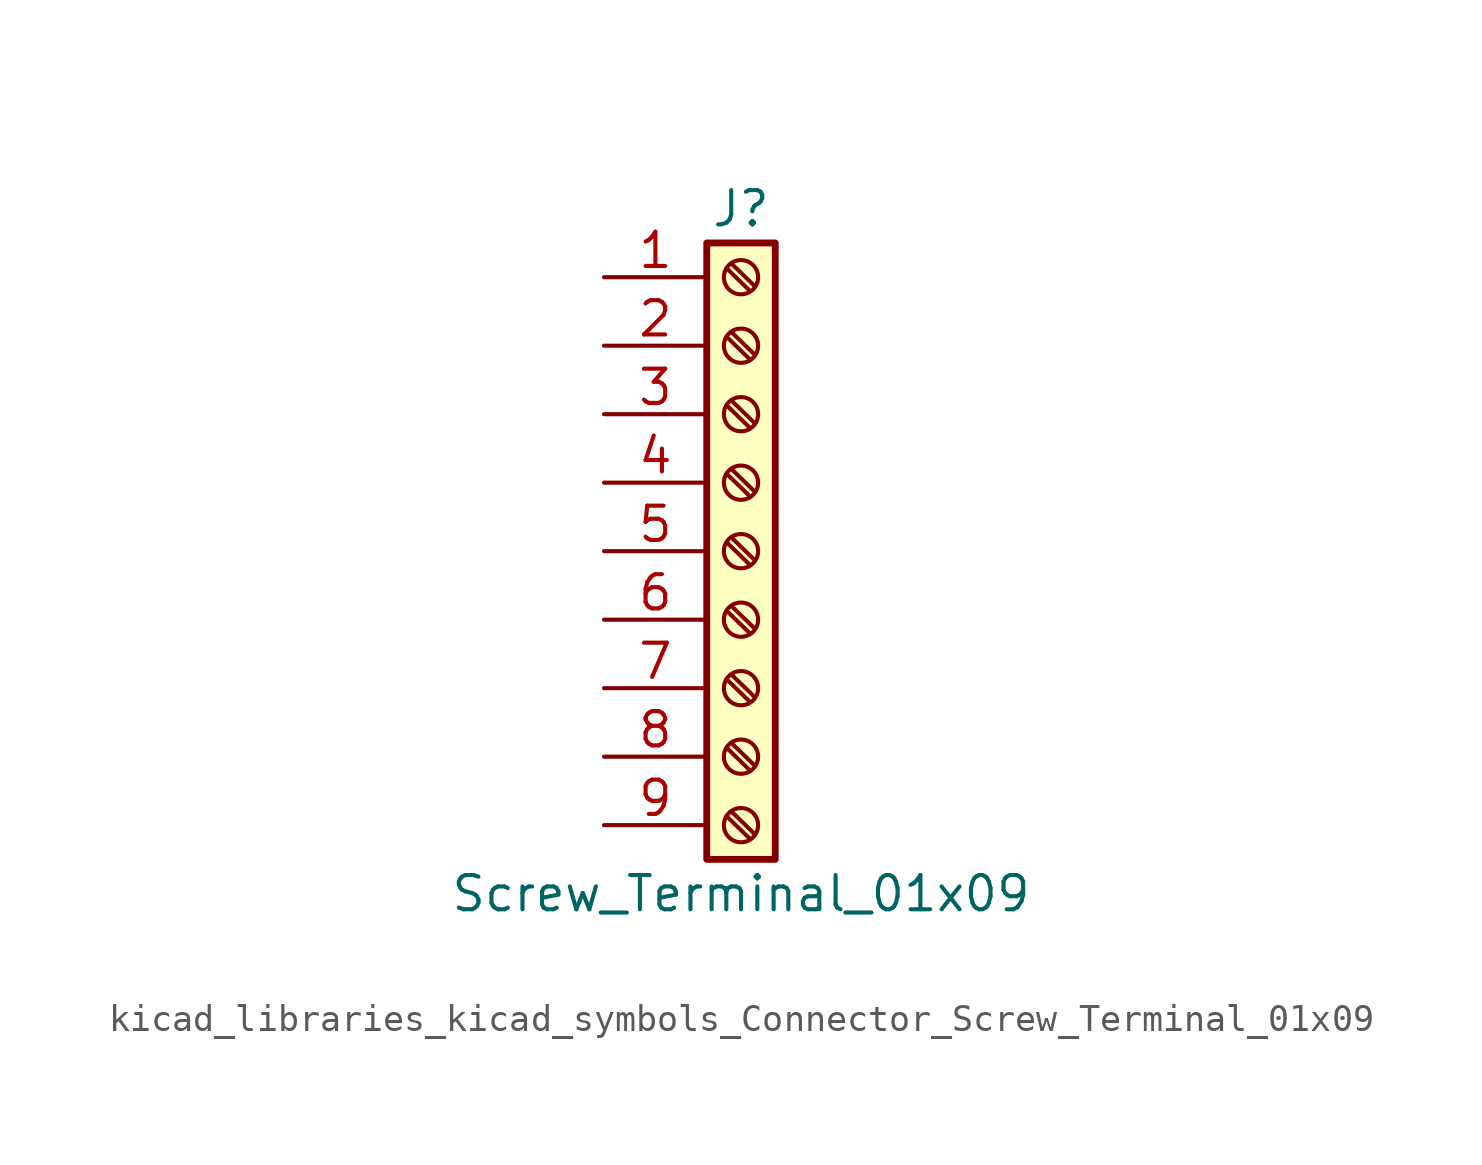
<source format=kicad_sym>
(kicad_symbol_lib
  (version 20220914)
  (generator kicad_symbol_editor)
  (symbol "kicad_libraries_kicad_symbols_Connector_Screw_Terminal_01x09"
    (pin_names
      (offset 1.016) hide)
    (property "Reference" "J"
      (at 0 12.7 0)
      (effects (font (size 1.27 1.27))))
    (property "Value" "Screw_Terminal_01x09"
      (at 0 -12.7 0)
      (effects (font (size 1.27 1.27))))
    (symbol "kicad_libraries_kicad_symbols_Connector_Screw_Terminal_01x09_1_1"
      (rectangle (start -1.27 11.43) (end 1.27 -11.43) (stroke (width 0.254) (type default)) (fill (type background)))
      (circle (center 0 -10.16) (radius 0.635) (stroke (width 0.152) (type default)) (fill (type none)))
      (circle (center 0 -7.62) (radius 0.635) (stroke (width 0.152) (type default)) (fill (type none)))
      (circle (center 0 -5.08) (radius 0.635) (stroke (width 0.152) (type default)) (fill (type none)))
      (circle (center 0 -2.54) (radius 0.635) (stroke (width 0.152) (type default)) (fill (type none)))
      (polyline (pts (xy -0.533 -9.83) (xy 0.33 -10.668)) (stroke (width 0.152) (type default)) (fill (type none)))
      (polyline (pts (xy -0.533 -7.29) (xy 0.33 -8.128)) (stroke (width 0.152) (type default)) (fill (type none)))
      (polyline (pts (xy -0.533 -4.75) (xy 0.33 -5.588)) (stroke (width 0.152) (type default)) (fill (type none)))
      (polyline (pts (xy -0.533 -2.21) (xy 0.33 -3.048)) (stroke (width 0.152) (type default)) (fill (type none)))
      (polyline (pts (xy -0.533 0.33) (xy 0.33 -0.508)) (stroke (width 0.152) (type default)) (fill (type none)))
      (polyline (pts (xy -0.533 2.87) (xy 0.33 2.032)) (stroke (width 0.152) (type default)) (fill (type none)))
      (polyline (pts (xy -0.533 5.41) (xy 0.33 4.572)) (stroke (width 0.152) (type default)) (fill (type none)))
      (polyline (pts (xy -0.533 7.95) (xy 0.33 7.112)) (stroke (width 0.152) (type default)) (fill (type none)))
      (polyline (pts (xy -0.533 10.49) (xy 0.33 9.652)) (stroke (width 0.152) (type default)) (fill (type none)))
      (polyline (pts (xy -0.356 -9.652) (xy 0.508 -10.49)) (stroke (width 0.152) (type default)) (fill (type none)))
      (polyline (pts (xy -0.356 -7.112) (xy 0.508 -7.95)) (stroke (width 0.152) (type default)) (fill (type none)))
      (polyline (pts (xy -0.356 -4.572) (xy 0.508 -5.41)) (stroke (width 0.152) (type default)) (fill (type none)))
      (polyline (pts (xy -0.356 -2.032) (xy 0.508 -2.87)) (stroke (width 0.152) (type default)) (fill (type none)))
      (polyline (pts (xy -0.356 0.508) (xy 0.508 -0.33)) (stroke (width 0.152) (type default)) (fill (type none)))
      (polyline (pts (xy -0.356 3.048) (xy 0.508 2.21)) (stroke (width 0.152) (type default)) (fill (type none)))
      (polyline (pts (xy -0.356 5.588) (xy 0.508 4.75)) (stroke (width 0.152) (type default)) (fill (type none)))
      (polyline (pts (xy -0.356 8.128) (xy 0.508 7.29)) (stroke (width 0.152) (type default)) (fill (type none)))
      (polyline (pts (xy -0.356 10.668) (xy 0.508 9.83)) (stroke (width 0.152) (type default)) (fill (type none)))
      (circle (center 0 0) (radius 0.635) (stroke (width 0.152) (type default)) (fill (type none)))
      (circle (center 0 2.54) (radius 0.635) (stroke (width 0.152) (type default)) (fill (type none)))
      (circle (center 0 5.08) (radius 0.635) (stroke (width 0.152) (type default)) (fill (type none)))
      (circle (center 0 7.62) (radius 0.635) (stroke (width 0.152) (type default)) (fill (type none)))
      (circle (center 0 10.16) (radius 0.635) (stroke (width 0.152) (type default)) (fill (type none)))
      (pin passive line (at -5.08 10.16 0) (length 3.81) (name "Pin_1" (effects (font (size 1.27 1.27)))) (number "1" (effects (font (size 1.27 1.27)))))
      (pin passive line (at -5.08 7.62 0) (length 3.81) (name "Pin_2" (effects (font (size 1.27 1.27)))) (number "2" (effects (font (size 1.27 1.27)))))
      (pin passive line (at -5.08 5.08 0) (length 3.81) (name "Pin_3" (effects (font (size 1.27 1.27)))) (number "3" (effects (font (size 1.27 1.27)))))
      (pin passive line (at -5.08 2.54 0) (length 3.81) (name "Pin_4" (effects (font (size 1.27 1.27)))) (number "4" (effects (font (size 1.27 1.27)))))
      (pin passive line (at -5.08 0 0) (length 3.81) (name "Pin_5" (effects (font (size 1.27 1.27)))) (number "5" (effects (font (size 1.27 1.27)))))
      (pin passive line (at -5.08 -2.54 0) (length 3.81) (name "Pin_6" (effects (font (size 1.27 1.27)))) (number "6" (effects (font (size 1.27 1.27)))))
      (pin passive line (at -5.08 -5.08 0) (length 3.81) (name "Pin_7" (effects (font (size 1.27 1.27)))) (number "7" (effects (font (size 1.27 1.27)))))
      (pin passive line (at -5.08 -7.62 0) (length 3.81) (name "Pin_8" (effects (font (size 1.27 1.27)))) (number "8" (effects (font (size 1.27 1.27)))))
      (pin passive line (at -5.08 -10.16 0) (length 3.81) (name "Pin_9" (effects (font (size 1.27 1.27)))) (number "9" (effects (font (size 1.27 1.27))))))))
</source>
